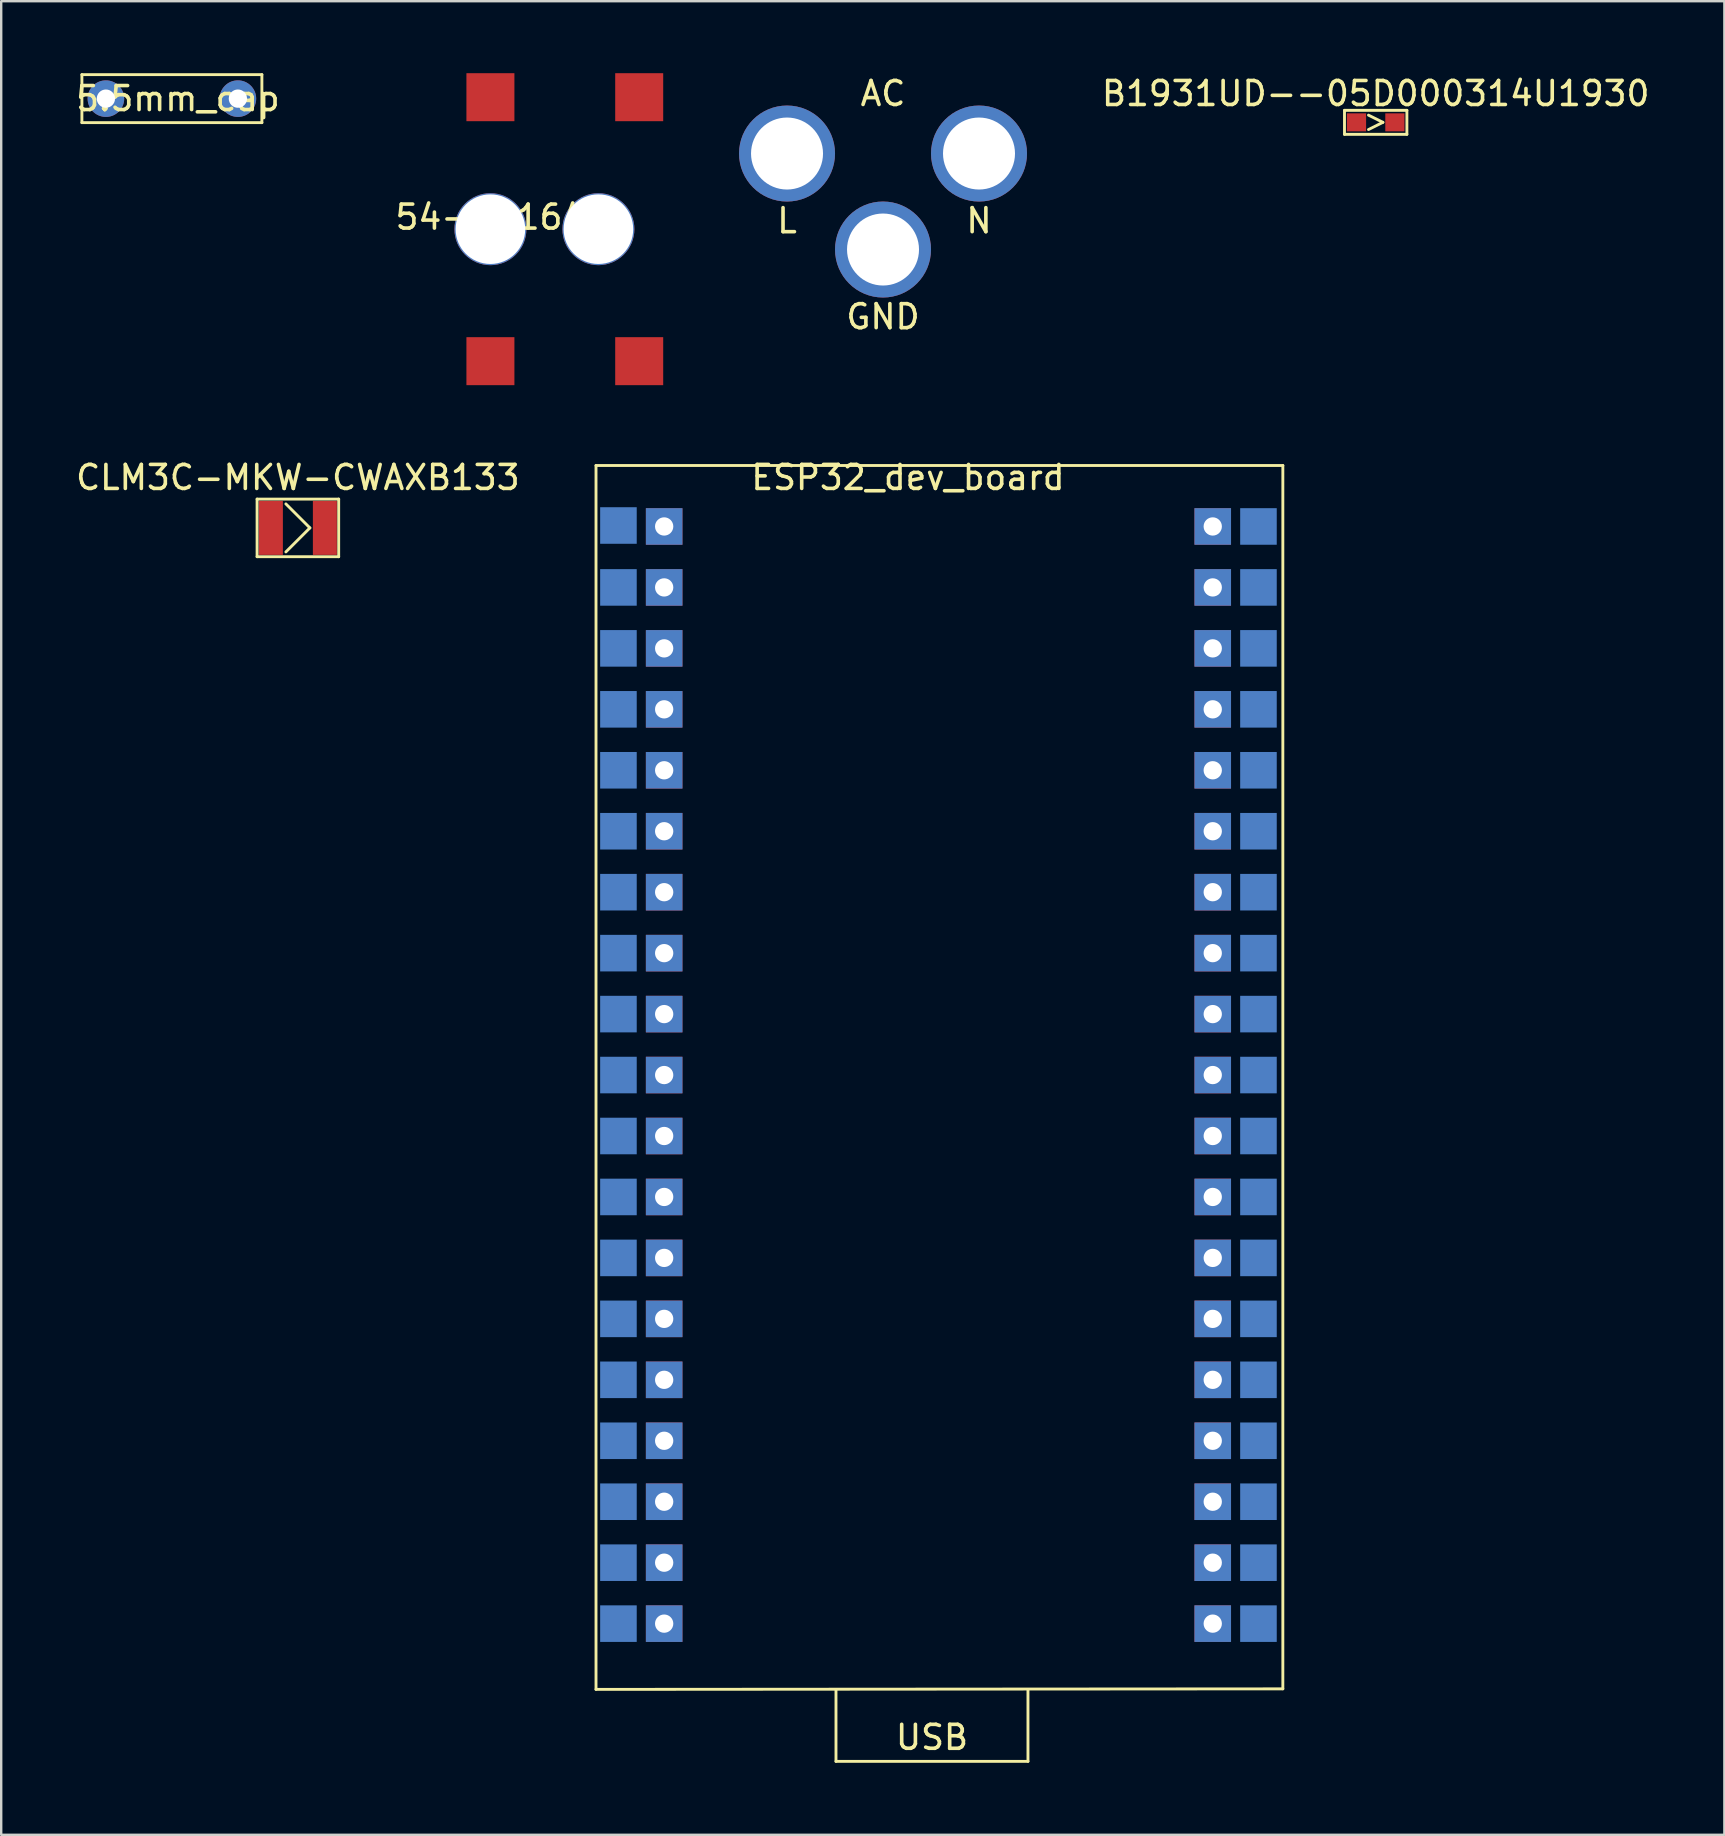
<source format=kicad_pcb>
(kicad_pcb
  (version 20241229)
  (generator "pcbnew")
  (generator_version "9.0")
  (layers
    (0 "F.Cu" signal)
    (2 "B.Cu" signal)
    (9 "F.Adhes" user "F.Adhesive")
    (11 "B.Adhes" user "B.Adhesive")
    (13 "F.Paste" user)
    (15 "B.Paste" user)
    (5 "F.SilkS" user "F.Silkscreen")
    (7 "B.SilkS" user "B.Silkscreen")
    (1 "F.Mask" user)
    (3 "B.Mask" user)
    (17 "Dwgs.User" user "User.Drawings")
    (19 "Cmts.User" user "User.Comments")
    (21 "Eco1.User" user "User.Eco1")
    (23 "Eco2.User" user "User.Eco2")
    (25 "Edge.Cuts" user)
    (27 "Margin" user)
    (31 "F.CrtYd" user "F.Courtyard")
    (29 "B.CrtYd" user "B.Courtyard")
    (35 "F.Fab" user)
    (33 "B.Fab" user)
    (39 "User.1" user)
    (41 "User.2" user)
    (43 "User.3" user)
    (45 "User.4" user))
  (footprint "B1931UD--05D000314U1930"
    (layer "F.Cu")
    (at 54.276 2.048)
    (property "Reference" "B1931UD--05D000314U1930" (at 0 -1.2 0) (layer "F.SilkS") (effects (font (size 1 1) (thickness 0.15))))
    (attr through_hole)
    (fp_line (start -1.3 -0.5) (end 1.3 -0.5) (stroke (width 0.12) (type solid)) (layer "F.SilkS"))
    (fp_line (start -1.3 0.5) (end -1.3 -0.5) (stroke (width 0.12) (type solid)) (layer "F.SilkS"))
    (fp_line (start -0.3 -0.3) (end 0.3 0) (stroke (width 0.12) (type solid)) (layer "F.SilkS"))
    (fp_line (start 0.3 0) (end -0.3 0.3) (stroke (width 0.12) (type solid)) (layer "F.SilkS"))
    (fp_line (start 1.3 -0.5) (end 1.3 0.5) (stroke (width 0.12) (type solid)) (layer "F.SilkS"))
    (fp_line (start 1.3 0.5) (end -1.3 0.5) (stroke (width 0.12) (type solid)) (layer "F.SilkS"))
    (pad "1" smd rect (at 0.8 0) (size 0.8 0.75) (layers "F.Cu" "F.Mask" "F.Paste"))
    (pad "2" smd rect (at -0.8 0) (size 0.8 0.75) (layers "F.Cu" "F.Mask" "F.Paste")))
  (footprint "5.5mm_cap"
    (layer "F.Cu")
    (at 1.363 1.06)
    (property "Reference" "5.5mm_cap" (at 3 0 0) (layer "F.SilkS") (effects (font (size 1 1) (thickness 0.15))))
    (attr through_hole)
    (fp_line (start -1 -1) (end -1 1) (stroke (width 0.12) (type solid)) (layer "F.SilkS"))
    (fp_line (start -1 1) (end 6.5 1) (stroke (width 0.12) (type solid)) (layer "F.SilkS"))
    (fp_line (start 6.5 -1) (end -1 -1) (stroke (width 0.12) (type solid)) (layer "F.SilkS"))
    (fp_line (start 6.5 1) (end 6.5 -1) (stroke (width 0.12) (type solid)) (layer "F.SilkS"))
    (pad "1" thru_hole circle (at 0 0) (size 1.524 1.524) (drill 0.762) (layers "*.Cu" "*.Mask"))
    (pad "2" thru_hole circle (at 5.5 0) (size 1.524 1.524) (drill 0.762) (layers "*.Cu" "*.Mask")))
  (footprint "ESP32_dev_board"
    (layer "F.Cu")
    (at 34.786 16.348)
    (property "Reference" "ESP32_dev_board" (at 0 0.5 0) (layer "F.SilkS") (effects (font (size 1 1) (thickness 0.15))))
    (attr through_hole)
    (fp_line (start -13 0) (end 15.621 0) (stroke (width 0.12) (type solid)) (layer "F.SilkS"))
    (fp_line (start -13 51) (end -13 0) (stroke (width 0.12) (type solid)) (layer "F.SilkS"))
    (fp_line (start -3 54) (end -3 51) (stroke (width 0.12) (type solid)) (layer "F.SilkS"))
    (fp_line (start 5 51) (end 5 54) (stroke (width 0.12) (type solid)) (layer "F.SilkS"))
    (fp_line (start 5 54) (end -3 54) (stroke (width 0.12) (type solid)) (layer "F.SilkS"))
    (fp_line (start 15.621 0) (end 15.621 50.975) (stroke (width 0.12) (type solid)) (layer "F.SilkS"))
    (fp_line (start 15.621 50.978) (end -13 51) (stroke (width 0.12) (type solid)) (layer "F.SilkS"))
    (fp_text user "USB" (at 1 53 0) (layer "F.SilkS") (effects (font (size 1 1) (thickness 0.15))))
    (pad "" thru_hole rect (at -10.16 2.54) (size 1.524 1.524) (drill 0.762) (layers "*.Cu" "*.Mask"))
    (pad "" thru_hole rect (at -10.16 5.08) (size 1.524 1.524) (drill 0.762) (layers "*.Cu" "*.Mask"))
    (pad "" thru_hole rect (at -10.16 7.62) (size 1.524 1.524) (drill 0.762) (layers "*.Cu" "*.Mask"))
    (pad "" thru_hole rect (at -10.16 10.16) (size 1.524 1.524) (drill 0.762) (layers "*.Cu" "*.Mask"))
    (pad "" thru_hole rect (at -10.16 12.7) (size 1.524 1.524) (drill 0.762) (layers "*.Cu" "*.Mask"))
    (pad "" thru_hole rect (at -10.16 15.24) (size 1.524 1.524) (drill 0.762) (layers "*.Cu" "*.Mask"))
    (pad "" thru_hole rect (at -10.16 17.78) (size 1.524 1.524) (drill 0.762) (layers "*.Cu" "*.Mask"))
    (pad "" thru_hole rect (at -10.16 20.32) (size 1.524 1.524) (drill 0.762) (layers "*.Cu" "*.Mask"))
    (pad "" thru_hole rect (at -10.16 22.86) (size 1.524 1.524) (drill 0.762) (layers "*.Cu" "*.Mask"))
    (pad "" thru_hole rect (at -10.16 25.4) (size 1.524 1.524) (drill 0.762) (layers "*.Cu" "*.Mask"))
    (pad "" thru_hole rect (at -10.16 27.94) (size 1.524 1.524) (drill 0.762) (layers "*.Cu" "*.Mask"))
    (pad "" thru_hole rect (at -10.16 30.48) (size 1.524 1.524) (drill 0.762) (layers "*.Cu" "*.Mask"))
    (pad "" thru_hole rect (at -10.16 33.02) (size 1.524 1.524) (drill 0.762) (layers "*.Cu" "*.Mask"))
    (pad "" thru_hole rect (at -10.16 35.56) (size 1.524 1.524) (drill 0.762) (layers "*.Cu" "*.Mask"))
    (pad "" thru_hole rect (at -10.16 38.1) (size 1.524 1.524) (drill 0.762) (layers "*.Cu" "*.Mask"))
    (pad "" thru_hole rect (at -10.16 40.64) (size 1.524 1.524) (drill 0.762) (layers "*.Cu" "*.Mask"))
    (pad "" thru_hole rect (at -10.16 43.18) (size 1.524 1.524) (drill 0.762) (layers "*.Cu" "*.Mask"))
    (pad "" thru_hole rect (at -10.16 45.72) (size 1.524 1.524) (drill 0.762) (layers "*.Cu" "*.Mask"))
    (pad "" thru_hole rect (at -10.16 48.26) (size 1.524 1.524) (drill 0.762) (layers "*.Cu" "*.Mask"))
    (pad "" thru_hole rect (at 12.7 2.54) (size 1.524 1.524) (drill 0.762) (layers "*.Cu" "*.Mask"))
    (pad "" thru_hole rect (at 12.7 5.08) (size 1.524 1.524) (drill 0.762) (layers "*.Cu" "*.Mask"))
    (pad "" thru_hole rect (at 12.7 7.62) (size 1.524 1.524) (drill 0.762) (layers "*.Cu" "*.Mask"))
    (pad "" thru_hole rect (at 12.7 10.16) (size 1.524 1.524) (drill 0.762) (layers "*.Cu" "*.Mask"))
    (pad "" thru_hole rect (at 12.7 12.7) (size 1.524 1.524) (drill 0.762) (layers "*.Cu" "*.Mask"))
    (pad "" thru_hole rect (at 12.7 15.24) (size 1.524 1.524) (drill 0.762) (layers "*.Cu" "*.Mask"))
    (pad "" thru_hole rect (at 12.7 17.78) (size 1.524 1.524) (drill 0.762) (layers "*.Cu" "*.Mask"))
    (pad "" thru_hole rect (at 12.7 20.32) (size 1.524 1.524) (drill 0.762) (layers "*.Cu" "*.Mask"))
    (pad "" thru_hole rect (at 12.7 22.86) (size 1.524 1.524) (drill 0.762) (layers "*.Cu" "*.Mask"))
    (pad "" thru_hole rect (at 12.7 25.4) (size 1.524 1.524) (drill 0.762) (layers "*.Cu" "*.Mask"))
    (pad "" thru_hole rect (at 12.7 27.94) (size 1.524 1.524) (drill 0.762) (layers "*.Cu" "*.Mask"))
    (pad "" thru_hole rect (at 12.7 30.48) (size 1.524 1.524) (drill 0.762) (layers "*.Cu" "*.Mask"))
    (pad "" thru_hole rect (at 12.7 33.02) (size 1.524 1.524) (drill 0.762) (layers "*.Cu" "*.Mask"))
    (pad "" thru_hole rect (at 12.7 35.56) (size 1.524 1.524) (drill 0.762) (layers "*.Cu" "*.Mask"))
    (pad "" thru_hole trapezoid (at 12.7 38.1) (size 1.524 1.524) (drill 0.762) (layers "*.Cu" "*.Mask"))
    (pad "" thru_hole rect (at 12.7 40.64) (size 1.524 1.524) (drill 0.762) (layers "*.Cu" "*.Mask"))
    (pad "" thru_hole rect (at 12.7 43.18) (size 1.524 1.524) (drill 0.762) (layers "*.Cu" "*.Mask"))
    (pad "" thru_hole rect (at 12.7 45.72) (size 1.524 1.524) (drill 0.762) (layers "*.Cu" "*.Mask"))
    (pad "" thru_hole rect (at 12.7 48.26) (size 1.524 1.524) (drill 0.762) (layers "*.Cu" "*.Mask"))
    (pad "1" smd rect (at -12.065 2.5) (size 1.524 1.524) (layers "B.Cu" "B.Mask" "B.Paste"))
    (pad "2" smd rect (at -12.065 5.08 180) (size 1.524 1.524) (layers "B.Cu" "B.Mask" "B.Paste"))
    (pad "3" smd rect (at -12.065 7.62 180) (size 1.524 1.524) (layers "B.Cu" "B.Mask" "B.Paste"))
    (pad "4" smd rect (at -12.065 10.16 180) (size 1.524 1.524) (layers "B.Cu" "B.Mask" "B.Paste"))
    (pad "5" smd rect (at -12.065 12.7 180) (size 1.524 1.524) (layers "B.Cu" "B.Mask" "B.Paste"))
    (pad "6" smd rect (at -12.065 15.24 180) (size 1.524 1.524) (layers "B.Cu" "B.Mask" "B.Paste"))
    (pad "7" smd rect (at -12.065 17.78 180) (size 1.524 1.524) (layers "B.Cu" "B.Mask" "B.Paste"))
    (pad "8" smd rect (at -12.065 20.32 180) (size 1.524 1.524) (layers "B.Cu" "B.Mask" "B.Paste"))
    (pad "9" smd rect (at -12.065 22.86 180) (size 1.524 1.524) (layers "B.Cu" "B.Mask" "B.Paste"))
    (pad "10" smd rect (at -12.065 25.4 180) (size 1.524 1.524) (layers "B.Cu" "B.Mask" "B.Paste"))
    (pad "11" smd rect (at -12.065 27.94 180) (size 1.524 1.524) (layers "B.Cu" "B.Mask" "B.Paste"))
    (pad "12" smd rect (at -12.065 30.48 180) (size 1.524 1.524) (layers "B.Cu" "B.Mask" "B.Paste"))
    (pad "13" smd rect (at -12.065 33.02 180) (size 1.524 1.524) (layers "B.Cu" "B.Mask" "B.Paste"))
    (pad "14" smd rect (at -12.065 35.56 180) (size 1.524 1.524) (layers "B.Cu" "B.Mask" "B.Paste"))
    (pad "15" smd rect (at -12.065 38.1 180) (size 1.524 1.524) (layers "B.Cu" "B.Mask" "B.Paste"))
    (pad "16" smd rect (at -12.065 40.64 180) (size 1.524 1.524) (layers "B.Cu" "B.Mask" "B.Paste"))
    (pad "17" smd rect (at -12.065 43.18 180) (size 1.524 1.524) (layers "B.Cu" "B.Mask" "B.Paste"))
    (pad "18" smd rect (at -12.065 45.72 180) (size 1.524 1.524) (layers "B.Cu" "B.Mask" "B.Paste"))
    (pad "19" smd rect (at -12.065 48.26 180) (size 1.524 1.524) (layers "B.Cu" "B.Mask" "B.Paste"))
    (pad "20" smd rect (at 14.605 2.54 180) (size 1.524 1.524) (layers "B.Cu" "B.Mask" "B.Paste"))
    (pad "21" smd rect (at 14.605 5.08 180) (size 1.524 1.524) (layers "B.Cu" "B.Mask" "B.Paste"))
    (pad "22" smd rect (at 14.605 7.62 180) (size 1.524 1.524) (layers "B.Cu" "B.Mask" "B.Paste"))
    (pad "23" smd rect (at 14.605 10.16 180) (size 1.524 1.524) (layers "B.Cu" "B.Mask" "B.Paste"))
    (pad "24" smd rect (at 14.605 12.7 180) (size 1.524 1.524) (layers "B.Cu" "B.Mask" "B.Paste"))
    (pad "25" smd rect (at 14.605 15.24 180) (size 1.524 1.524) (layers "B.Cu" "B.Mask" "B.Paste"))
    (pad "26" smd rect (at 14.605 17.78 180) (size 1.524 1.524) (layers "B.Cu" "B.Mask" "B.Paste"))
    (pad "27" smd rect (at 14.605 20.32 180) (size 1.524 1.524) (layers "B.Cu" "B.Mask" "B.Paste"))
    (pad "28" smd rect (at 14.605 22.86 180) (size 1.524 1.524) (layers "B.Cu" "B.Mask" "B.Paste"))
    (pad "29" smd rect (at 14.605 25.4 180) (size 1.524 1.524) (layers "B.Cu" "B.Mask" "B.Paste"))
    (pad "30" smd rect (at 14.605 27.94 180) (size 1.524 1.524) (layers "B.Cu" "B.Mask" "B.Paste"))
    (pad "31" smd rect (at 14.605 30.48 180) (size 1.524 1.524) (layers "B.Cu" "B.Mask" "B.Paste"))
    (pad "32" smd rect (at 14.605 33.02 180) (size 1.524 1.524) (layers "B.Cu" "B.Mask" "B.Paste"))
    (pad "33" smd rect (at 14.605 35.56 180) (size 1.524 1.524) (layers "B.Cu" "B.Mask" "B.Paste"))
    (pad "34" smd rect (at 14.605 38.1 180) (size 1.524 1.524) (layers "B.Cu" "B.Mask" "B.Paste"))
    (pad "35" smd rect (at 14.605 40.64 180) (size 1.524 1.524) (layers "B.Cu" "B.Mask" "B.Paste"))
    (pad "36" smd rect (at 14.605 43.18 180) (size 1.524 1.524) (layers "B.Cu" "B.Mask" "B.Paste"))
    (pad "37" smd rect (at 14.605 45.72 180) (size 1.524 1.524) (layers "B.Cu" "B.Mask" "B.Paste"))
    (pad "38" smd rect (at 14.605 48.26 180) (size 1.524 1.524) (layers "B.Cu" "B.Mask" "B.Paste")))
  (footprint "CLM3C-MKW-CWAXB133"
    (layer "F.Cu")
    (at 9.363 18.948)
    (property "Reference" "CLM3C-MKW-CWAXB133" (at 0 -2.1 0) (layer "F.SilkS") (effects (font (size 1 1) (thickness 0.15))))
    (attr through_hole)
    (fp_line (start -1.7 -1.2) (end 1.7 -1.2) (stroke (width 0.12) (type solid)) (layer "F.SilkS"))
    (fp_line (start -1.7 1.2) (end -1.7 -1.2) (stroke (width 0.12) (type solid)) (layer "F.SilkS"))
    (fp_line (start -0.5 -1) (end 0.5 0) (stroke (width 0.12) (type solid)) (layer "F.SilkS"))
    (fp_line (start 0.5 0) (end -0.5 1) (stroke (width 0.12) (type solid)) (layer "F.SilkS"))
    (fp_line (start 1.7 -1.2) (end 1.7 1.2) (stroke (width 0.12) (type solid)) (layer "F.SilkS"))
    (fp_line (start 1.7 1.2) (end -1.7 1.2) (stroke (width 0.12) (type solid)) (layer "F.SilkS"))
    (pad "1" smd rect (at 1.125 0) (size 1 2.25) (layers "F.Cu" "F.Mask" "F.Paste"))
    (pad "2" smd rect (at -1.125 0) (size 1 2.25) (layers "F.Cu" "F.Mask" "F.Paste")))
  (footprint "AC"
    (layer "F.Cu")
    (at 33.746 3.348)
    (property "Reference" "AC" (at 0 -2.5 0) (layer "F.SilkS") (effects (font (size 1 1) (thickness 0.15))))
    (attr through_hole)
    (fp_text user "GND" (at 0 6.8 0) (layer "F.SilkS") (effects (font (size 1 1) (thickness 0.15))))
    (fp_text user "N" (at 4 2.8 0) (layer "F.SilkS") (effects (font (size 1 1) (thickness 0.15))))
    (fp_text user "L" (at -4 2.8 0) (layer "F.SilkS") (effects (font (size 1 1) (thickness 0.15))))
    (pad "1" thru_hole circle (at -4 0) (size 4 4) (drill 3) (layers "*.Cu" "*.Mask"))
    (pad "2" thru_hole circle (at 4 0) (size 4 4) (drill 3) (layers "*.Cu" "*.Mask"))
    (pad "3" thru_hole circle (at 0 4) (size 4 4) (drill 3) (layers "*.Cu" "*.Mask")))
  (footprint "54-00164"
    (layer "F.Cu")
    (at 17.386 12)
    (property "Reference" "54-00164" (at 0 -6 0) (layer "F.SilkS") (effects (font (size 1 1) (thickness 0.15))))
    (attr through_hole)
    (fp_line (start -5.6 -9.95) (end -5.6 -1) (stroke (width 0.12) (type solid)) (layer "B.Paste"))
    (fp_line (start -5.6 -1) (end 7.3 -1) (stroke (width 0.12) (type solid)) (layer "B.Paste"))
    (fp_line (start 7.3 -9.95) (end -5.6 -9.95) (stroke (width 0.12) (type solid)) (layer "B.Paste"))
    (fp_line (start 7.3 -1.05) (end 7.3 -9.95) (stroke (width 0.12) (type solid)) (layer "B.Paste"))
    (pad "" thru_hole circle (at 0 -5.5) (size 3 3) (drill 2.9) (layers "*.Cu" "*.Mask"))
    (pad "" thru_hole circle (at 4.5 -5.5) (size 3 3) (drill 2.9) (layers "*.Cu" "*.Mask"))
    (pad "1" smd rect (at 0 -11) (size 2 2) (layers "F.Cu" "F.Mask" "F.Paste"))
    (pad "1" smd rect (at 6.2 -11) (size 2 2) (layers "F.Cu" "F.Mask" "F.Paste"))
    (pad "2" smd rect (at 0 0) (size 2 2) (layers "F.Cu" "F.Mask" "F.Paste"))
    (pad "2" smd rect (at 6.2 0) (size 2 2) (layers "F.Cu" "F.Mask" "F.Paste")))
  (gr_rect
    (start -3 -3)
    (end 68.806 73.408)
    (stroke (width 0.1) (type default))
    (fill no)
    (layer "Edge.Cuts")))
</source>
